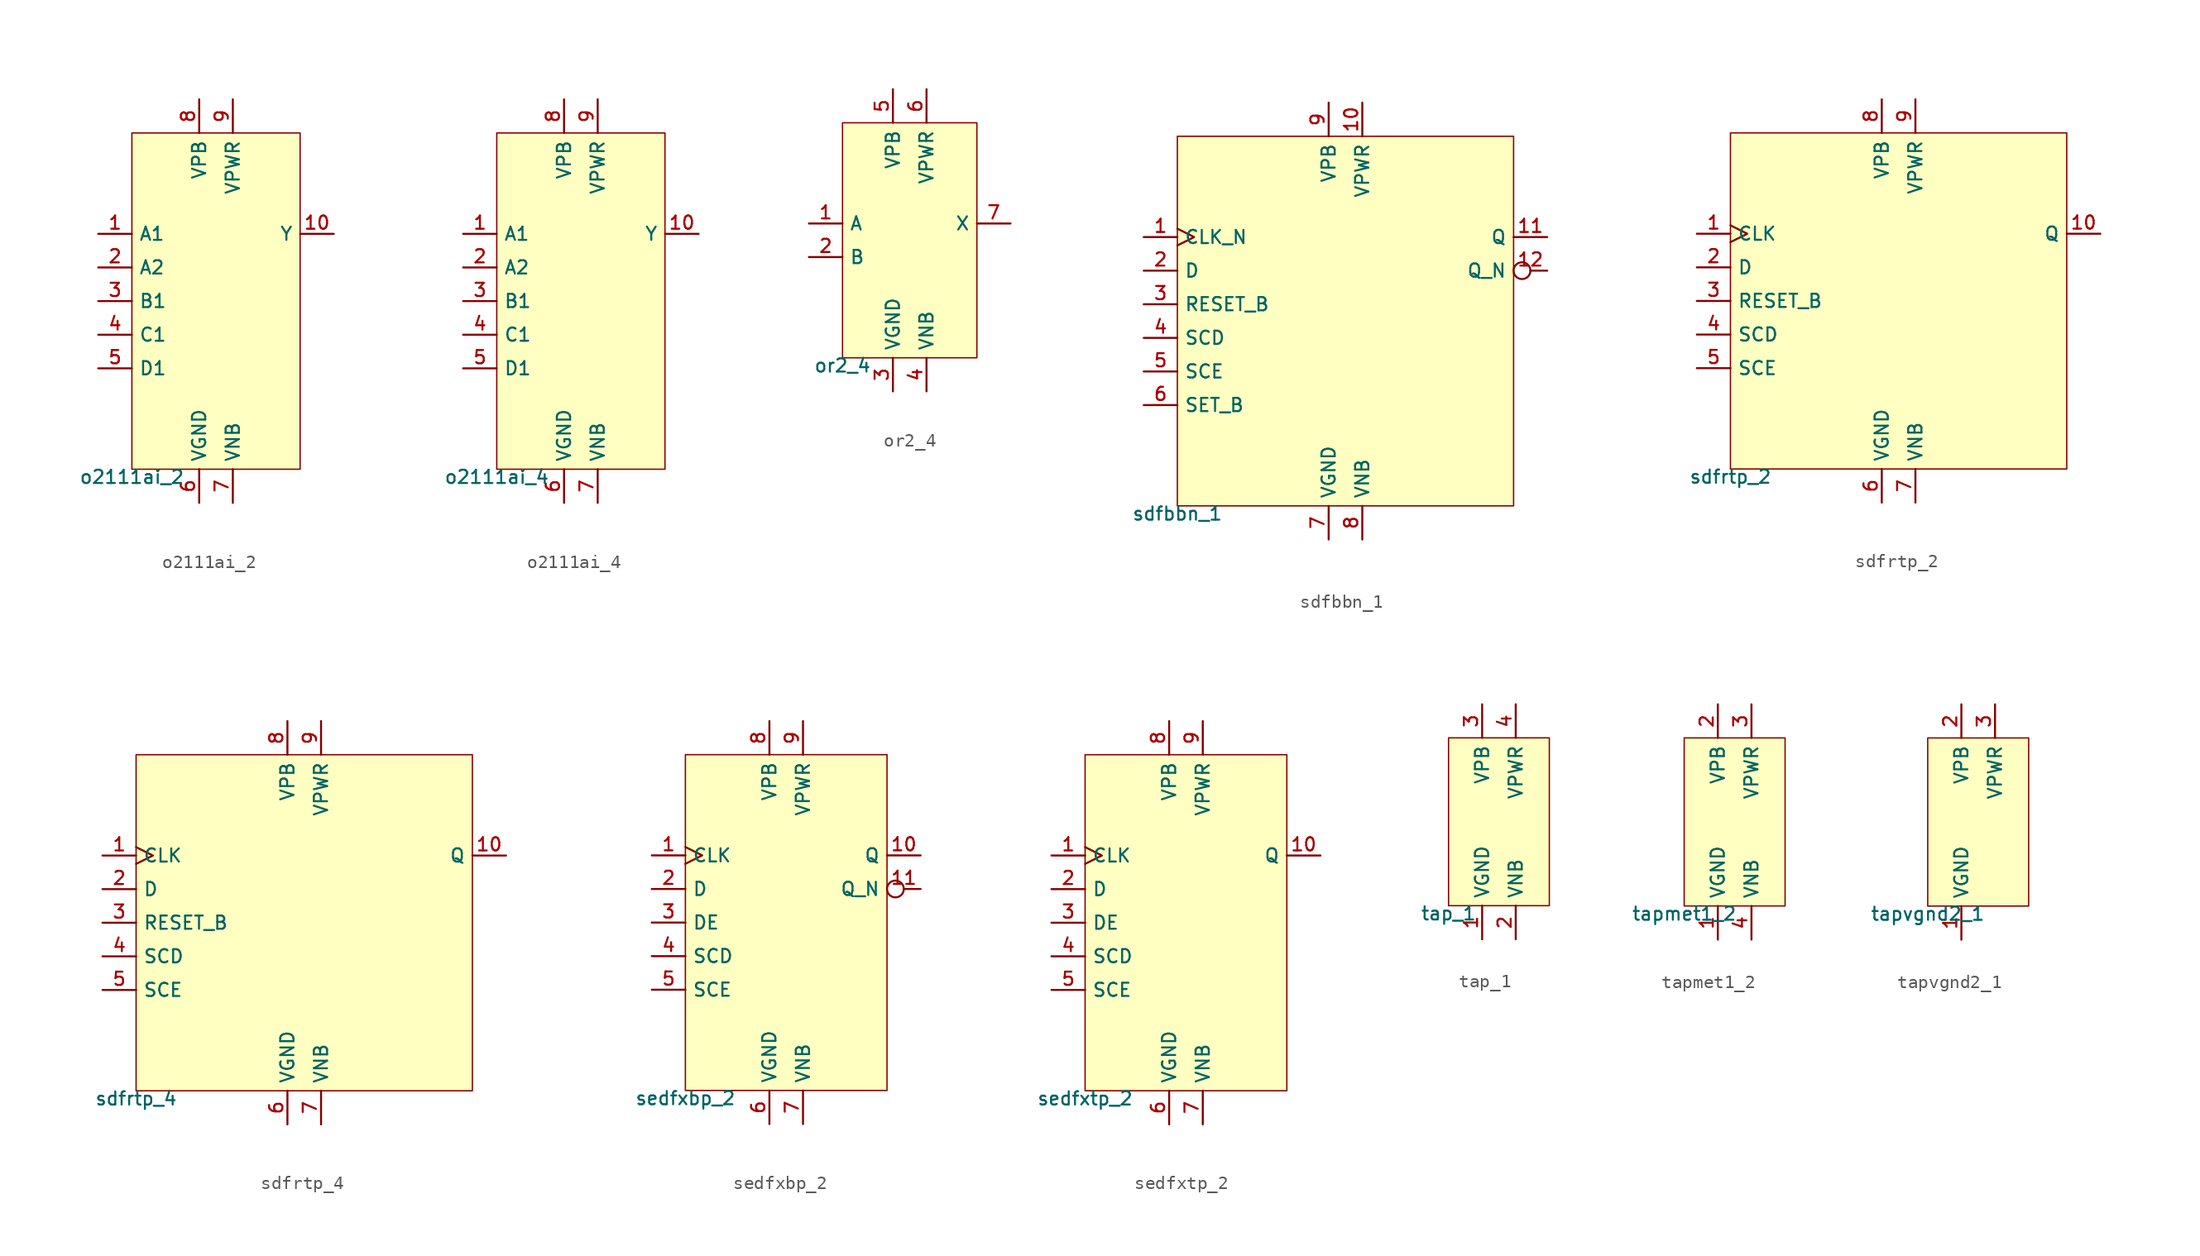
<source format=kicad_sym>
(kicad_symbol_lib
  (version 20211014)
  (generator pdk2kicad)
  (symbol "o2111ai_2"
    (property "Reference" "X"
      (at 0 0 0)
      (effects (font (size 1 1)) hide))
    (property "Value" "o2111ai_2"
      (at -6.35 -12.7 0)
      (effects (font (size 1 1)) (justify top)))
    (rectangle
      (start -6.35 -12.7)
      (end 6.35 12.7)
      (stroke (width 0.1) (type solid) (color 0 0 0 0))
      (fill (type background)))
    (pin input line
      (at -8.89 5.08 0)
      (length 2.54)
      (name "A1" (effects (font (size 1 1)) hide))
      (number "1" (effects (font (size 1 1)) hide)))
    (pin input line
      (at -8.89 2.54 0)
      (length 2.54)
      (name "A2" (effects (font (size 1 1)) hide))
      (number "2" (effects (font (size 1 1)) hide)))
    (pin input line
      (at -8.89 -8.881784197001252e-16 0)
      (length 2.54)
      (name "B1" (effects (font (size 1 1)) hide))
      (number "3" (effects (font (size 1 1)) hide)))
    (pin input line
      (at -8.89 -2.54 0)
      (length 2.54)
      (name "C1" (effects (font (size 1 1)) hide))
      (number "4" (effects (font (size 1 1)) hide)))
    (pin input line
      (at -8.89 -5.08 0)
      (length 2.54)
      (name "D1" (effects (font (size 1 1)) hide))
      (number "5" (effects (font (size 1 1)) hide)))
    (pin power_in line
      (at -1.27 -15.24 90)
      (length 2.54)
      (name "VGND" (effects (font (size 1 1)) hide))
      (number "6" (effects (font (size 1 1)) hide)))
    (pin power_in line
      (at 1.27 -15.24 90)
      (length 2.54)
      (name "VNB" (effects (font (size 1 1)) hide))
      (number "7" (effects (font (size 1 1)) hide)))
    (pin power_in line
      (at -1.27 15.24 270)
      (length 2.54)
      (name "VPB" (effects (font (size 1 1)) hide))
      (number "8" (effects (font (size 1 1)) hide)))
    (pin power_in line
      (at 1.27 15.24 270)
      (length 2.54)
      (name "VPWR" (effects (font (size 1 1)) hide))
      (number "9" (effects (font (size 1 1)) hide)))
    (pin output line
      (at 8.89 5.08 180)
      (length 2.54)
      (name "Y" (effects (font (size 1 1)) hide))
      (number "10" (effects (font (size 1 1)) hide))))
  (symbol "o2111ai_4"
    (property "Reference" "X"
      (at 0 0 0)
      (effects (font (size 1 1)) hide))
    (property "Value" "o2111ai_4"
      (at -6.35 -12.7 0)
      (effects (font (size 1 1)) (justify top)))
    (rectangle
      (start -6.35 -12.7)
      (end 6.35 12.7)
      (stroke (width 0.1) (type solid) (color 0 0 0 0))
      (fill (type background)))
    (pin input line
      (at -8.89 5.08 0)
      (length 2.54)
      (name "A1" (effects (font (size 1 1)) hide))
      (number "1" (effects (font (size 1 1)) hide)))
    (pin input line
      (at -8.89 2.54 0)
      (length 2.54)
      (name "A2" (effects (font (size 1 1)) hide))
      (number "2" (effects (font (size 1 1)) hide)))
    (pin input line
      (at -8.89 -8.881784197001252e-16 0)
      (length 2.54)
      (name "B1" (effects (font (size 1 1)) hide))
      (number "3" (effects (font (size 1 1)) hide)))
    (pin input line
      (at -8.89 -2.54 0)
      (length 2.54)
      (name "C1" (effects (font (size 1 1)) hide))
      (number "4" (effects (font (size 1 1)) hide)))
    (pin input line
      (at -8.89 -5.08 0)
      (length 2.54)
      (name "D1" (effects (font (size 1 1)) hide))
      (number "5" (effects (font (size 1 1)) hide)))
    (pin power_in line
      (at -1.27 -15.24 90)
      (length 2.54)
      (name "VGND" (effects (font (size 1 1)) hide))
      (number "6" (effects (font (size 1 1)) hide)))
    (pin power_in line
      (at 1.27 -15.24 90)
      (length 2.54)
      (name "VNB" (effects (font (size 1 1)) hide))
      (number "7" (effects (font (size 1 1)) hide)))
    (pin power_in line
      (at -1.27 15.24 270)
      (length 2.54)
      (name "VPB" (effects (font (size 1 1)) hide))
      (number "8" (effects (font (size 1 1)) hide)))
    (pin power_in line
      (at 1.27 15.24 270)
      (length 2.54)
      (name "VPWR" (effects (font (size 1 1)) hide))
      (number "9" (effects (font (size 1 1)) hide)))
    (pin output line
      (at 8.89 5.08 180)
      (length 2.54)
      (name "Y" (effects (font (size 1 1)) hide))
      (number "10" (effects (font (size 1 1)) hide))))
  (symbol "or2_4"
    (property "Reference" "X"
      (at 0 0 0)
      (effects (font (size 1 1)) hide))
    (property "Value" "or2_4"
      (at -5.08 -8.89 0)
      (effects (font (size 1 1)) (justify top)))
    (rectangle
      (start -5.08 -8.89)
      (end 5.08 8.89)
      (stroke (width 0.1) (type solid) (color 0 0 0 0))
      (fill (type background)))
    (pin input line
      (at -7.62 1.27 0)
      (length 2.54)
      (name "A" (effects (font (size 1 1)) hide))
      (number "1" (effects (font (size 1 1)) hide)))
    (pin input line
      (at -7.62 -1.27 0)
      (length 2.54)
      (name "B" (effects (font (size 1 1)) hide))
      (number "2" (effects (font (size 1 1)) hide)))
    (pin power_in line
      (at -1.27 -11.43 90)
      (length 2.54)
      (name "VGND" (effects (font (size 1 1)) hide))
      (number "3" (effects (font (size 1 1)) hide)))
    (pin power_in line
      (at 1.27 -11.43 90)
      (length 2.54)
      (name "VNB" (effects (font (size 1 1)) hide))
      (number "4" (effects (font (size 1 1)) hide)))
    (pin power_in line
      (at -1.27 11.43 270)
      (length 2.54)
      (name "VPB" (effects (font (size 1 1)) hide))
      (number "5" (effects (font (size 1 1)) hide)))
    (pin power_in line
      (at 1.27 11.43 270)
      (length 2.54)
      (name "VPWR" (effects (font (size 1 1)) hide))
      (number "6" (effects (font (size 1 1)) hide)))
    (pin output line
      (at 7.62 1.27 180)
      (length 2.54)
      (name "X" (effects (font (size 1 1)) hide))
      (number "7" (effects (font (size 1 1)) hide))))
  (symbol "sdfbbn_1"
    (property "Reference" "X"
      (at 0 0 0)
      (effects (font (size 1 1)) hide))
    (property "Value" "sdfbbn_1"
      (at -12.7 -13.97 0)
      (effects (font (size 1 1)) (justify top)))
    (rectangle
      (start -12.7 -13.97)
      (end 12.7 13.97)
      (stroke (width 0.1) (type solid) (color 0 0 0 0))
      (fill (type background)))
    (pin input clock
      (at -15.24 6.35 0)
      (length 2.54)
      (name "CLK_N" (effects (font (size 1 1)) hide))
      (number "1" (effects (font (size 1 1)) hide)))
    (pin input line
      (at -15.24 3.81 0)
      (length 2.54)
      (name "D" (effects (font (size 1 1)) hide))
      (number "2" (effects (font (size 1 1)) hide)))
    (pin input line
      (at -15.24 1.27 0)
      (length 2.54)
      (name "RESET_B" (effects (font (size 1 1)) hide))
      (number "3" (effects (font (size 1 1)) hide)))
    (pin input line
      (at -15.24 -1.27 0)
      (length 2.54)
      (name "SCD" (effects (font (size 1 1)) hide))
      (number "4" (effects (font (size 1 1)) hide)))
    (pin input line
      (at -15.24 -3.81 0)
      (length 2.54)
      (name "SCE" (effects (font (size 1 1)) hide))
      (number "5" (effects (font (size 1 1)) hide)))
    (pin input line
      (at -15.24 -6.35 0)
      (length 2.54)
      (name "SET_B" (effects (font (size 1 1)) hide))
      (number "6" (effects (font (size 1 1)) hide)))
    (pin power_in line
      (at -1.27 -16.51 90)
      (length 2.54)
      (name "VGND" (effects (font (size 1 1)) hide))
      (number "7" (effects (font (size 1 1)) hide)))
    (pin power_in line
      (at 1.27 -16.51 90)
      (length 2.54)
      (name "VNB" (effects (font (size 1 1)) hide))
      (number "8" (effects (font (size 1 1)) hide)))
    (pin power_in line
      (at -1.27 16.51 270)
      (length 2.54)
      (name "VPB" (effects (font (size 1 1)) hide))
      (number "9" (effects (font (size 1 1)) hide)))
    (pin power_in line
      (at 1.27 16.51 270)
      (length 2.54)
      (name "VPWR" (effects (font (size 1 1)) hide))
      (number "10" (effects (font (size 1 1)) hide)))
    (pin output line
      (at 15.24 6.35 180)
      (length 2.54)
      (name "Q" (effects (font (size 1 1)) hide))
      (number "11" (effects (font (size 1 1)) hide)))
    (pin output inverted
      (at 15.24 3.81 180)
      (length 2.54)
      (name "Q_N" (effects (font (size 1 1)) hide))
      (number "12" (effects (font (size 1 1)) hide))))
  (symbol "sdfrtp_2"
    (property "Reference" "X"
      (at 0 0 0)
      (effects (font (size 1 1)) hide))
    (property "Value" "sdfrtp_2"
      (at -12.7 -12.7 0)
      (effects (font (size 1 1)) (justify top)))
    (rectangle
      (start -12.7 -12.7)
      (end 12.7 12.7)
      (stroke (width 0.1) (type solid) (color 0 0 0 0))
      (fill (type background)))
    (pin input clock
      (at -15.24 5.08 0)
      (length 2.54)
      (name "CLK" (effects (font (size 1 1)) hide))
      (number "1" (effects (font (size 1 1)) hide)))
    (pin input line
      (at -15.24 2.54 0)
      (length 2.54)
      (name "D" (effects (font (size 1 1)) hide))
      (number "2" (effects (font (size 1 1)) hide)))
    (pin input line
      (at -15.24 -8.881784197001252e-16 0)
      (length 2.54)
      (name "RESET_B" (effects (font (size 1 1)) hide))
      (number "3" (effects (font (size 1 1)) hide)))
    (pin input line
      (at -15.24 -2.54 0)
      (length 2.54)
      (name "SCD" (effects (font (size 1 1)) hide))
      (number "4" (effects (font (size 1 1)) hide)))
    (pin input line
      (at -15.24 -5.08 0)
      (length 2.54)
      (name "SCE" (effects (font (size 1 1)) hide))
      (number "5" (effects (font (size 1 1)) hide)))
    (pin power_in line
      (at -1.27 -15.24 90)
      (length 2.54)
      (name "VGND" (effects (font (size 1 1)) hide))
      (number "6" (effects (font (size 1 1)) hide)))
    (pin power_in line
      (at 1.27 -15.24 90)
      (length 2.54)
      (name "VNB" (effects (font (size 1 1)) hide))
      (number "7" (effects (font (size 1 1)) hide)))
    (pin power_in line
      (at -1.27 15.24 270)
      (length 2.54)
      (name "VPB" (effects (font (size 1 1)) hide))
      (number "8" (effects (font (size 1 1)) hide)))
    (pin power_in line
      (at 1.27 15.24 270)
      (length 2.54)
      (name "VPWR" (effects (font (size 1 1)) hide))
      (number "9" (effects (font (size 1 1)) hide)))
    (pin output line
      (at 15.24 5.08 180)
      (length 2.54)
      (name "Q" (effects (font (size 1 1)) hide))
      (number "10" (effects (font (size 1 1)) hide))))
  (symbol "sdfrtp_4"
    (property "Reference" "X"
      (at 0 0 0)
      (effects (font (size 1 1)) hide))
    (property "Value" "sdfrtp_4"
      (at -12.7 -12.7 0)
      (effects (font (size 1 1)) (justify top)))
    (rectangle
      (start -12.7 -12.7)
      (end 12.7 12.7)
      (stroke (width 0.1) (type solid) (color 0 0 0 0))
      (fill (type background)))
    (pin input clock
      (at -15.24 5.08 0)
      (length 2.54)
      (name "CLK" (effects (font (size 1 1)) hide))
      (number "1" (effects (font (size 1 1)) hide)))
    (pin input line
      (at -15.24 2.54 0)
      (length 2.54)
      (name "D" (effects (font (size 1 1)) hide))
      (number "2" (effects (font (size 1 1)) hide)))
    (pin input line
      (at -15.24 -8.881784197001252e-16 0)
      (length 2.54)
      (name "RESET_B" (effects (font (size 1 1)) hide))
      (number "3" (effects (font (size 1 1)) hide)))
    (pin input line
      (at -15.24 -2.54 0)
      (length 2.54)
      (name "SCD" (effects (font (size 1 1)) hide))
      (number "4" (effects (font (size 1 1)) hide)))
    (pin input line
      (at -15.24 -5.08 0)
      (length 2.54)
      (name "SCE" (effects (font (size 1 1)) hide))
      (number "5" (effects (font (size 1 1)) hide)))
    (pin power_in line
      (at -1.27 -15.24 90)
      (length 2.54)
      (name "VGND" (effects (font (size 1 1)) hide))
      (number "6" (effects (font (size 1 1)) hide)))
    (pin power_in line
      (at 1.27 -15.24 90)
      (length 2.54)
      (name "VNB" (effects (font (size 1 1)) hide))
      (number "7" (effects (font (size 1 1)) hide)))
    (pin power_in line
      (at -1.27 15.24 270)
      (length 2.54)
      (name "VPB" (effects (font (size 1 1)) hide))
      (number "8" (effects (font (size 1 1)) hide)))
    (pin power_in line
      (at 1.27 15.24 270)
      (length 2.54)
      (name "VPWR" (effects (font (size 1 1)) hide))
      (number "9" (effects (font (size 1 1)) hide)))
    (pin output line
      (at 15.24 5.08 180)
      (length 2.54)
      (name "Q" (effects (font (size 1 1)) hide))
      (number "10" (effects (font (size 1 1)) hide))))
  (symbol "sedfxbp_2"
    (property "Reference" "X"
      (at 0 0 0)
      (effects (font (size 1 1)) hide))
    (property "Value" "sedfxbp_2"
      (at -7.62 -12.7 0)
      (effects (font (size 1 1)) (justify top)))
    (rectangle
      (start -7.62 -12.7)
      (end 7.62 12.7)
      (stroke (width 0.1) (type solid) (color 0 0 0 0))
      (fill (type background)))
    (pin input clock
      (at -10.16 5.08 0)
      (length 2.54)
      (name "CLK" (effects (font (size 1 1)) hide))
      (number "1" (effects (font (size 1 1)) hide)))
    (pin input line
      (at -10.16 2.54 0)
      (length 2.54)
      (name "D" (effects (font (size 1 1)) hide))
      (number "2" (effects (font (size 1 1)) hide)))
    (pin input line
      (at -10.16 -8.881784197001252e-16 0)
      (length 2.54)
      (name "DE" (effects (font (size 1 1)) hide))
      (number "3" (effects (font (size 1 1)) hide)))
    (pin input line
      (at -10.16 -2.54 0)
      (length 2.54)
      (name "SCD" (effects (font (size 1 1)) hide))
      (number "4" (effects (font (size 1 1)) hide)))
    (pin input line
      (at -10.16 -5.08 0)
      (length 2.54)
      (name "SCE" (effects (font (size 1 1)) hide))
      (number "5" (effects (font (size 1 1)) hide)))
    (pin power_in line
      (at -1.27 -15.24 90)
      (length 2.54)
      (name "VGND" (effects (font (size 1 1)) hide))
      (number "6" (effects (font (size 1 1)) hide)))
    (pin power_in line
      (at 1.27 -15.24 90)
      (length 2.54)
      (name "VNB" (effects (font (size 1 1)) hide))
      (number "7" (effects (font (size 1 1)) hide)))
    (pin power_in line
      (at -1.27 15.24 270)
      (length 2.54)
      (name "VPB" (effects (font (size 1 1)) hide))
      (number "8" (effects (font (size 1 1)) hide)))
    (pin power_in line
      (at 1.27 15.24 270)
      (length 2.54)
      (name "VPWR" (effects (font (size 1 1)) hide))
      (number "9" (effects (font (size 1 1)) hide)))
    (pin output line
      (at 10.16 5.08 180)
      (length 2.54)
      (name "Q" (effects (font (size 1 1)) hide))
      (number "10" (effects (font (size 1 1)) hide)))
    (pin output inverted
      (at 10.16 2.54 180)
      (length 2.54)
      (name "Q_N" (effects (font (size 1 1)) hide))
      (number "11" (effects (font (size 1 1)) hide))))
  (symbol "sedfxtp_2"
    (property "Reference" "X"
      (at 0 0 0)
      (effects (font (size 1 1)) hide))
    (property "Value" "sedfxtp_2"
      (at -7.62 -12.7 0)
      (effects (font (size 1 1)) (justify top)))
    (rectangle
      (start -7.62 -12.7)
      (end 7.62 12.7)
      (stroke (width 0.1) (type solid) (color 0 0 0 0))
      (fill (type background)))
    (pin input clock
      (at -10.16 5.08 0)
      (length 2.54)
      (name "CLK" (effects (font (size 1 1)) hide))
      (number "1" (effects (font (size 1 1)) hide)))
    (pin input line
      (at -10.16 2.54 0)
      (length 2.54)
      (name "D" (effects (font (size 1 1)) hide))
      (number "2" (effects (font (size 1 1)) hide)))
    (pin input line
      (at -10.16 -8.881784197001252e-16 0)
      (length 2.54)
      (name "DE" (effects (font (size 1 1)) hide))
      (number "3" (effects (font (size 1 1)) hide)))
    (pin input line
      (at -10.16 -2.54 0)
      (length 2.54)
      (name "SCD" (effects (font (size 1 1)) hide))
      (number "4" (effects (font (size 1 1)) hide)))
    (pin input line
      (at -10.16 -5.08 0)
      (length 2.54)
      (name "SCE" (effects (font (size 1 1)) hide))
      (number "5" (effects (font (size 1 1)) hide)))
    (pin power_in line
      (at -1.27 -15.24 90)
      (length 2.54)
      (name "VGND" (effects (font (size 1 1)) hide))
      (number "6" (effects (font (size 1 1)) hide)))
    (pin power_in line
      (at 1.27 -15.24 90)
      (length 2.54)
      (name "VNB" (effects (font (size 1 1)) hide))
      (number "7" (effects (font (size 1 1)) hide)))
    (pin power_in line
      (at -1.27 15.24 270)
      (length 2.54)
      (name "VPB" (effects (font (size 1 1)) hide))
      (number "8" (effects (font (size 1 1)) hide)))
    (pin power_in line
      (at 1.27 15.24 270)
      (length 2.54)
      (name "VPWR" (effects (font (size 1 1)) hide))
      (number "9" (effects (font (size 1 1)) hide)))
    (pin output line
      (at 10.16 5.08 180)
      (length 2.54)
      (name "Q" (effects (font (size 1 1)) hide))
      (number "10" (effects (font (size 1 1)) hide))))
  (symbol "tap_1"
    (property "Reference" "X"
      (at 0 0 0)
      (effects (font (size 1 1)) hide))
    (property "Value" "tap_1"
      (at -3.81 -6.35 0)
      (effects (font (size 1 1)) (justify top)))
    (rectangle
      (start -3.81 -6.35)
      (end 3.81 6.35)
      (stroke (width 0.1) (type solid) (color 0 0 0 0))
      (fill (type background)))
    (pin power_in line
      (at -1.27 -8.89 90)
      (length 2.54)
      (name "VGND" (effects (font (size 1 1)) hide))
      (number "1" (effects (font (size 1 1)) hide)))
    (pin power_in line
      (at 1.27 -8.89 90)
      (length 2.54)
      (name "VNB" (effects (font (size 1 1)) hide))
      (number "2" (effects (font (size 1 1)) hide)))
    (pin power_in line
      (at -1.27 8.89 270)
      (length 2.54)
      (name "VPB" (effects (font (size 1 1)) hide))
      (number "3" (effects (font (size 1 1)) hide)))
    (pin power_in line
      (at 1.27 8.89 270)
      (length 2.54)
      (name "VPWR" (effects (font (size 1 1)) hide))
      (number "4" (effects (font (size 1 1)) hide))))
  (symbol "tapmet1_2"
    (property "Reference" "X"
      (at 0 0 0)
      (effects (font (size 1 1)) hide))
    (property "Value" "tapmet1_2"
      (at -3.81 -6.35 0)
      (effects (font (size 1 1)) (justify top)))
    (rectangle
      (start -3.81 -6.35)
      (end 3.81 6.35)
      (stroke (width 0.1) (type solid) (color 0 0 0 0))
      (fill (type background)))
    (pin power_in line
      (at -1.27 -8.89 90)
      (length 2.54)
      (name "VGND" (effects (font (size 1 1)) hide))
      (number "1" (effects (font (size 1 1)) hide)))
    (pin power_in line
      (at -1.27 8.89 270)
      (length 2.54)
      (name "VPB" (effects (font (size 1 1)) hide))
      (number "2" (effects (font (size 1 1)) hide)))
    (pin power_in line
      (at 1.27 8.89 270)
      (length 2.54)
      (name "VPWR" (effects (font (size 1 1)) hide))
      (number "3" (effects (font (size 1 1)) hide)))
    (pin power_in line
      (at 1.27 -8.89 90)
      (length 2.54)
      (name "VNB" (effects (font (size 1 1)) hide))
      (number "4" (effects (font (size 1 1)) hide))))
  (symbol "tapvgnd2_1"
    (property "Reference" "X"
      (at 0 0 0)
      (effects (font (size 1 1)) hide))
    (property "Value" "tapvgnd2_1"
      (at -3.81 -6.35 0)
      (effects (font (size 1 1)) (justify top)))
    (rectangle
      (start -3.81 -6.35)
      (end 3.81 6.35)
      (stroke (width 0.1) (type solid) (color 0 0 0 0))
      (fill (type background)))
    (pin power_in line
      (at -1.27 -8.89 90)
      (length 2.54)
      (name "VGND" (effects (font (size 1 1)) hide))
      (number "1" (effects (font (size 1 1)) hide)))
    (pin power_in line
      (at -1.27 8.89 270)
      (length 2.54)
      (name "VPB" (effects (font (size 1 1)) hide))
      (number "2" (effects (font (size 1 1)) hide)))
    (pin power_in line
      (at 1.27 8.89 270)
      (length 2.54)
      (name "VPWR" (effects (font (size 1 1)) hide))
      (number "3" (effects (font (size 1 1)) hide)))))
</source>
